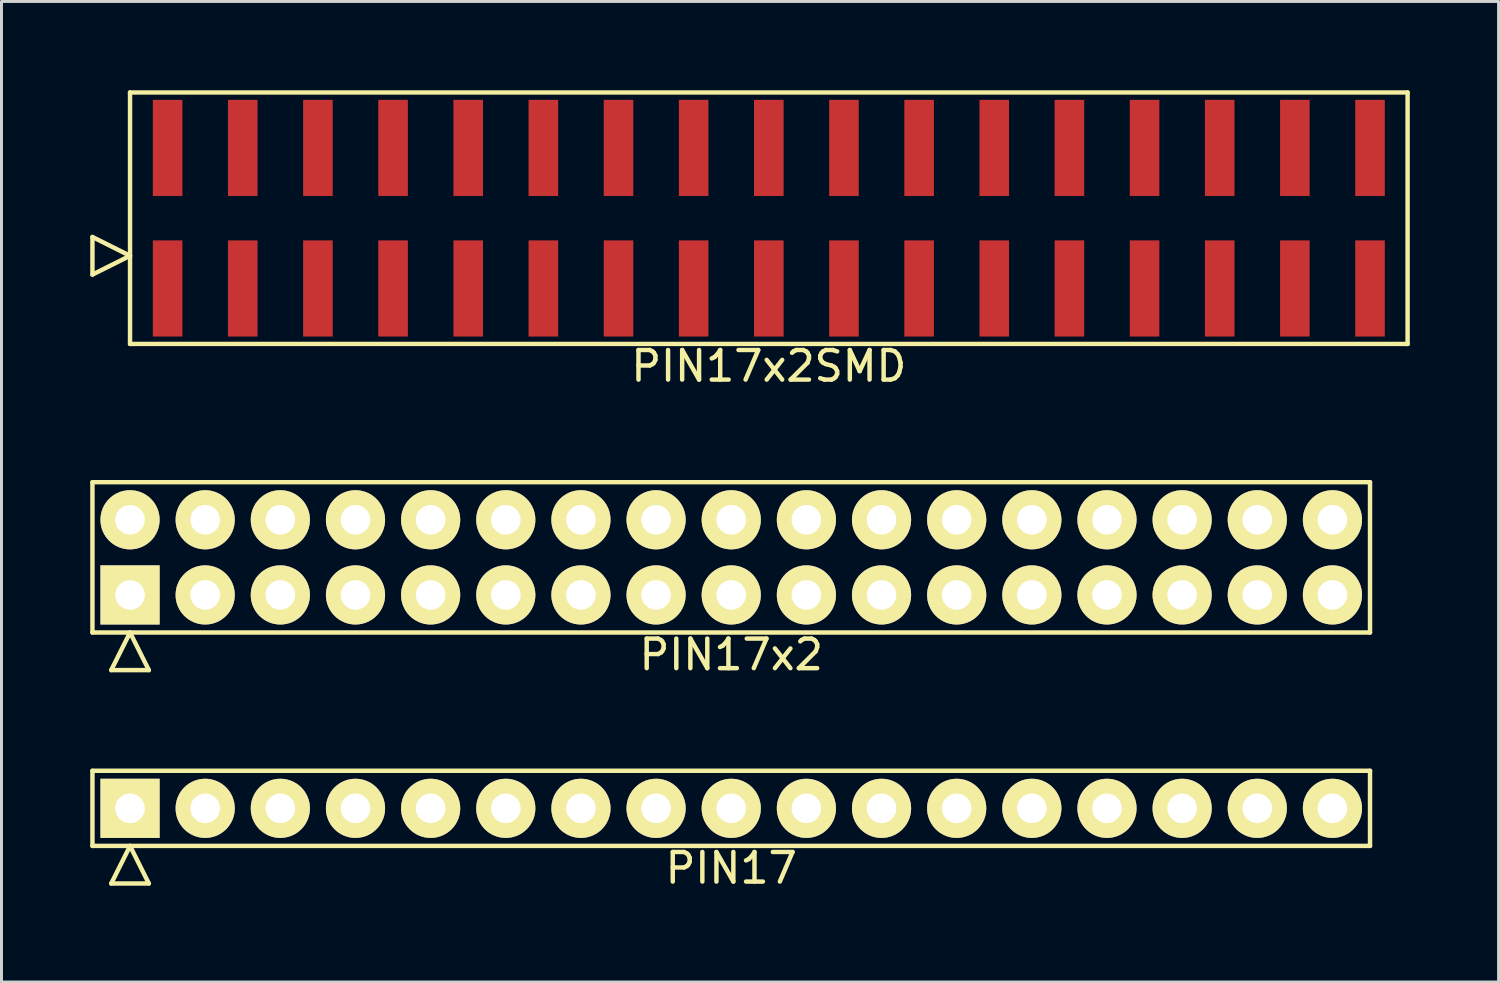
<source format=kicad_pcb>
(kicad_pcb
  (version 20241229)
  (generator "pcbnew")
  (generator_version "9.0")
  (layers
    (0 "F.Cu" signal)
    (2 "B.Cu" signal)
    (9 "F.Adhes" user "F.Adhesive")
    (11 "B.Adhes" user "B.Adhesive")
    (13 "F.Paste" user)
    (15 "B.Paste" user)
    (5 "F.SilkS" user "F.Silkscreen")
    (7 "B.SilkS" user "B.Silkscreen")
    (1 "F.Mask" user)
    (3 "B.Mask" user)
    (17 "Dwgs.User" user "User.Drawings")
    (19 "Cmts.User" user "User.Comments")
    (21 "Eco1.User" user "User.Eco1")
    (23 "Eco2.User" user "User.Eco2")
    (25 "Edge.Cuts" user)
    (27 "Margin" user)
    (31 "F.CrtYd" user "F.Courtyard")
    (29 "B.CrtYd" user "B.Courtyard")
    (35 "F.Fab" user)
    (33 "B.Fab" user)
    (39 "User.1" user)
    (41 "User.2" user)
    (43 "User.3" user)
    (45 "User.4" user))
  (footprint "PIN17"
    (layer "F.Cu")
    (at 21.665 24.271)
    (property "Reference" "PIN17" (at 0 2.02 0) (layer "F.SilkS") (effects (font (size 1 1) (thickness 0.15))))
    (attr through_hole)
    (fp_line (start -21.59 -1.27) (end -21.59 1.27) (stroke (width 0.15) (type solid)) (layer "F.SilkS"))
    (fp_line (start -21.59 1.27) (end 21.59 1.27) (stroke (width 0.15) (type solid)) (layer "F.SilkS"))
    (fp_line (start -20.955 2.54) (end -20.32 1.27) (stroke (width 0.15) (type solid)) (layer "F.SilkS"))
    (fp_line (start -20.955 2.54) (end -19.685 2.54) (stroke (width 0.15) (type solid)) (layer "F.SilkS"))
    (fp_line (start -19.685 2.54) (end -20.32 1.27) (stroke (width 0.15) (type solid)) (layer "F.SilkS"))
    (fp_line (start 21.59 -1.27) (end -21.59 -1.27) (stroke (width 0.15) (type solid)) (layer "F.SilkS"))
    (fp_line (start 21.59 1.27) (end 21.59 -1.27) (stroke (width 0.15) (type solid)) (layer "F.SilkS"))
    (pad "1" thru_hole rect (at -20.32 0) (size 2 2) (drill 1) (layers "*.Cu" "*.Mask" "F.SilkS"))
    (pad "2" thru_hole oval (at -17.78 0) (size 2 2) (drill 1) (layers "*.Cu" "*.Mask" "F.SilkS"))
    (pad "3" thru_hole oval (at -15.24 0) (size 2 2) (drill 1) (layers "*.Cu" "*.Mask" "F.SilkS"))
    (pad "4" thru_hole oval (at -12.7 0) (size 2 2) (drill 1) (layers "*.Cu" "*.Mask" "F.SilkS"))
    (pad "5" thru_hole oval (at -10.16 0) (size 2 2) (drill 1) (layers "*.Cu" "*.Mask" "F.SilkS"))
    (pad "6" thru_hole oval (at -7.62 0) (size 2 2) (drill 1) (layers "*.Cu" "*.Mask" "F.SilkS"))
    (pad "7" thru_hole oval (at -5.08 0) (size 2 2) (drill 1) (layers "*.Cu" "*.Mask" "F.SilkS"))
    (pad "8" thru_hole oval (at -2.54 0) (size 2 2) (drill 1) (layers "*.Cu" "*.Mask" "F.SilkS"))
    (pad "9" thru_hole oval (at 0 0) (size 2 2) (drill 1) (layers "*.Cu" "*.Mask" "F.SilkS"))
    (pad "10" thru_hole oval (at 2.54 0) (size 2 2) (drill 1) (layers "*.Cu" "*.Mask" "F.SilkS"))
    (pad "11" thru_hole oval (at 5.08 0) (size 2 2) (drill 1) (layers "*.Cu" "*.Mask" "F.SilkS"))
    (pad "12" thru_hole oval (at 7.62 0) (size 2 2) (drill 1) (layers "*.Cu" "*.Mask" "F.SilkS"))
    (pad "13" thru_hole oval (at 10.16 0) (size 2 2) (drill 1) (layers "*.Cu" "*.Mask" "F.SilkS"))
    (pad "14" thru_hole oval (at 12.7 0) (size 2 2) (drill 1) (layers "*.Cu" "*.Mask" "F.SilkS"))
    (pad "15" thru_hole oval (at 15.24 0) (size 2 2) (drill 1) (layers "*.Cu" "*.Mask" "F.SilkS"))
    (pad "16" thru_hole oval (at 17.78 0) (size 2 2) (drill 1) (layers "*.Cu" "*.Mask" "F.SilkS"))
    (pad "17" thru_hole oval (at 20.32 0) (size 2 2) (drill 1) (layers "*.Cu" "*.Mask" "F.SilkS")))
  (footprint "PIN17x2"
    (layer "F.Cu")
    (at 21.665 15.788)
    (property "Reference" "PIN17x2" (at 0 3.29 0) (layer "F.SilkS") (effects (font (size 1 1) (thickness 0.15))))
    (attr through_hole)
    (fp_line (start -21.59 -2.54) (end -21.59 2.54) (stroke (width 0.15) (type solid)) (layer "F.SilkS"))
    (fp_line (start -21.59 2.54) (end 21.59 2.54) (stroke (width 0.15) (type solid)) (layer "F.SilkS"))
    (fp_line (start -20.955 3.81) (end -20.32 2.54) (stroke (width 0.15) (type solid)) (layer "F.SilkS"))
    (fp_line (start -20.955 3.81) (end -19.685 3.81) (stroke (width 0.15) (type solid)) (layer "F.SilkS"))
    (fp_line (start -19.685 3.81) (end -20.32 2.54) (stroke (width 0.15) (type solid)) (layer "F.SilkS"))
    (fp_line (start 21.59 -2.54) (end -21.59 -2.54) (stroke (width 0.15) (type solid)) (layer "F.SilkS"))
    (fp_line (start 21.59 2.54) (end 21.59 -2.54) (stroke (width 0.15) (type solid)) (layer "F.SilkS"))
    (pad "1" thru_hole rect (at -20.32 1.27) (size 2 2) (drill 1) (layers "*.Cu" "*.Mask" "F.SilkS"))
    (pad "2" thru_hole oval (at -20.32 -1.27) (size 2 2) (drill 1) (layers "*.Cu" "*.Mask" "F.SilkS"))
    (pad "3" thru_hole oval (at -17.78 1.27) (size 2 2) (drill 1) (layers "*.Cu" "*.Mask" "F.SilkS"))
    (pad "4" thru_hole oval (at -17.78 -1.27) (size 2 2) (drill 1) (layers "*.Cu" "*.Mask" "F.SilkS"))
    (pad "5" thru_hole oval (at -15.24 1.27) (size 2 2) (drill 1) (layers "*.Cu" "*.Mask" "F.SilkS"))
    (pad "6" thru_hole oval (at -15.24 -1.27) (size 2 2) (drill 1) (layers "*.Cu" "*.Mask" "F.SilkS"))
    (pad "7" thru_hole oval (at -12.7 1.27) (size 2 2) (drill 1) (layers "*.Cu" "*.Mask" "F.SilkS"))
    (pad "8" thru_hole oval (at -12.7 -1.27) (size 2 2) (drill 1) (layers "*.Cu" "*.Mask" "F.SilkS"))
    (pad "9" thru_hole oval (at -10.16 1.27) (size 2 2) (drill 1) (layers "*.Cu" "*.Mask" "F.SilkS"))
    (pad "10" thru_hole oval (at -10.16 -1.27) (size 2 2) (drill 1) (layers "*.Cu" "*.Mask" "F.SilkS"))
    (pad "11" thru_hole oval (at -7.62 1.27) (size 2 2) (drill 1) (layers "*.Cu" "*.Mask" "F.SilkS"))
    (pad "12" thru_hole oval (at -7.62 -1.27) (size 2 2) (drill 1) (layers "*.Cu" "*.Mask" "F.SilkS"))
    (pad "13" thru_hole oval (at -5.08 1.27) (size 2 2) (drill 1) (layers "*.Cu" "*.Mask" "F.SilkS"))
    (pad "14" thru_hole oval (at -5.08 -1.27) (size 2 2) (drill 1) (layers "*.Cu" "*.Mask" "F.SilkS"))
    (pad "15" thru_hole oval (at -2.54 1.27) (size 2 2) (drill 1) (layers "*.Cu" "*.Mask" "F.SilkS"))
    (pad "16" thru_hole oval (at -2.54 -1.27) (size 2 2) (drill 1) (layers "*.Cu" "*.Mask" "F.SilkS"))
    (pad "17" thru_hole oval (at 0 1.27) (size 2 2) (drill 1) (layers "*.Cu" "*.Mask" "F.SilkS"))
    (pad "18" thru_hole oval (at 0 -1.27) (size 2 2) (drill 1) (layers "*.Cu" "*.Mask" "F.SilkS"))
    (pad "19" thru_hole oval (at 2.54 1.27) (size 2 2) (drill 1) (layers "*.Cu" "*.Mask" "F.SilkS"))
    (pad "20" thru_hole oval (at 2.54 -1.27) (size 2 2) (drill 1) (layers "*.Cu" "*.Mask" "F.SilkS"))
    (pad "21" thru_hole oval (at 5.08 1.27) (size 2 2) (drill 1) (layers "*.Cu" "*.Mask" "F.SilkS"))
    (pad "22" thru_hole oval (at 5.08 -1.27) (size 2 2) (drill 1) (layers "*.Cu" "*.Mask" "F.SilkS"))
    (pad "23" thru_hole oval (at 7.62 1.27) (size 2 2) (drill 1) (layers "*.Cu" "*.Mask" "F.SilkS"))
    (pad "24" thru_hole oval (at 7.62 -1.27) (size 2 2) (drill 1) (layers "*.Cu" "*.Mask" "F.SilkS"))
    (pad "25" thru_hole oval (at 10.16 1.27) (size 2 2) (drill 1) (layers "*.Cu" "*.Mask" "F.SilkS"))
    (pad "26" thru_hole oval (at 10.16 -1.27) (size 2 2) (drill 1) (layers "*.Cu" "*.Mask" "F.SilkS"))
    (pad "27" thru_hole oval (at 12.7 1.27) (size 2 2) (drill 1) (layers "*.Cu" "*.Mask" "F.SilkS"))
    (pad "28" thru_hole oval (at 12.7 -1.27) (size 2 2) (drill 1) (layers "*.Cu" "*.Mask" "F.SilkS"))
    (pad "29" thru_hole oval (at 15.24 1.27) (size 2 2) (drill 1) (layers "*.Cu" "*.Mask" "F.SilkS"))
    (pad "30" thru_hole oval (at 15.24 -1.27) (size 2 2) (drill 1) (layers "*.Cu" "*.Mask" "F.SilkS"))
    (pad "31" thru_hole oval (at 17.78 1.27) (size 2 2) (drill 1) (layers "*.Cu" "*.Mask" "F.SilkS"))
    (pad "32" thru_hole oval (at 17.78 -1.27) (size 2 2) (drill 1) (layers "*.Cu" "*.Mask" "F.SilkS"))
    (pad "33" thru_hole oval (at 20.32 1.27) (size 2 2) (drill 1) (layers "*.Cu" "*.Mask" "F.SilkS"))
    (pad "34" thru_hole oval (at 20.32 -1.27) (size 2 2) (drill 1) (layers "*.Cu" "*.Mask" "F.SilkS")))
  (footprint "PIN17x2SMD"
    (layer "F.Cu")
    (at 22.935 4.325)
    (property "Reference" "PIN17x2SMD" (at 0 5 0) (layer "F.SilkS") (effects (font (size 1 1) (thickness 0.15))))
    (attr through_hole)
    (fp_line (start -22.86 1.905) (end -22.86 0.635) (stroke (width 0.15) (type solid)) (layer "F.SilkS"))
    (fp_line (start -21.59 -4.25) (end -21.59 4.25) (stroke (width 0.15) (type solid)) (layer "F.SilkS"))
    (fp_line (start -21.59 1.27) (end -22.86 0.635) (stroke (width 0.15) (type solid)) (layer "F.SilkS"))
    (fp_line (start -21.59 1.27) (end -22.86 1.905) (stroke (width 0.15) (type solid)) (layer "F.SilkS"))
    (fp_line (start -21.59 4.25) (end 21.59 4.25) (stroke (width 0.15) (type solid)) (layer "F.SilkS"))
    (fp_line (start 21.59 -4.25) (end -21.59 -4.25) (stroke (width 0.15) (type solid)) (layer "F.SilkS"))
    (fp_line (start 21.59 4.25) (end 21.59 -4.25) (stroke (width 0.15) (type solid)) (layer "F.SilkS"))
    (pad "1" smd rect (at -20.32 2.375) (size 1 3.25) (layers "F.Cu" "F.Mask" "F.Paste"))
    (pad "2" smd rect (at -20.32 -2.375) (size 1 3.25) (layers "F.Cu" "F.Mask" "F.Paste"))
    (pad "3" smd rect (at -17.78 2.375) (size 1 3.25) (layers "F.Cu" "F.Mask" "F.Paste"))
    (pad "4" smd rect (at -17.78 -2.375) (size 1 3.25) (layers "F.Cu" "F.Mask" "F.Paste"))
    (pad "5" smd rect (at -15.24 2.375) (size 1 3.25) (layers "F.Cu" "F.Mask" "F.Paste"))
    (pad "6" smd rect (at -15.24 -2.375) (size 1 3.25) (layers "F.Cu" "F.Mask" "F.Paste"))
    (pad "7" smd rect (at -12.7 2.375) (size 1 3.25) (layers "F.Cu" "F.Mask" "F.Paste"))
    (pad "8" smd rect (at -12.7 -2.375) (size 1 3.25) (layers "F.Cu" "F.Mask" "F.Paste"))
    (pad "9" smd rect (at -10.16 2.375) (size 1 3.25) (layers "F.Cu" "F.Mask" "F.Paste"))
    (pad "10" smd rect (at -10.16 -2.375) (size 1 3.25) (layers "F.Cu" "F.Mask" "F.Paste"))
    (pad "11" smd rect (at -7.62 2.375) (size 1 3.25) (layers "F.Cu" "F.Mask" "F.Paste"))
    (pad "12" smd rect (at -7.62 -2.375) (size 1 3.25) (layers "F.Cu" "F.Mask" "F.Paste"))
    (pad "13" smd rect (at -5.08 2.375) (size 1 3.25) (layers "F.Cu" "F.Mask" "F.Paste"))
    (pad "14" smd rect (at -5.08 -2.375) (size 1 3.25) (layers "F.Cu" "F.Mask" "F.Paste"))
    (pad "15" smd rect (at -2.54 2.375) (size 1 3.25) (layers "F.Cu" "F.Mask" "F.Paste"))
    (pad "16" smd rect (at -2.54 -2.375) (size 1 3.25) (layers "F.Cu" "F.Mask" "F.Paste"))
    (pad "17" smd rect (at 0 2.375) (size 1 3.25) (layers "F.Cu" "F.Mask" "F.Paste"))
    (pad "18" smd rect (at 0 -2.375) (size 1 3.25) (layers "F.Cu" "F.Mask" "F.Paste"))
    (pad "19" smd rect (at 2.54 2.375) (size 1 3.25) (layers "F.Cu" "F.Mask" "F.Paste"))
    (pad "20" smd rect (at 2.54 -2.375) (size 1 3.25) (layers "F.Cu" "F.Mask" "F.Paste"))
    (pad "21" smd rect (at 5.08 2.375) (size 1 3.25) (layers "F.Cu" "F.Mask" "F.Paste"))
    (pad "22" smd rect (at 5.08 -2.375) (size 1 3.25) (layers "F.Cu" "F.Mask" "F.Paste"))
    (pad "23" smd rect (at 7.62 2.375) (size 1 3.25) (layers "F.Cu" "F.Mask" "F.Paste"))
    (pad "24" smd rect (at 7.62 -2.375) (size 1 3.25) (layers "F.Cu" "F.Mask" "F.Paste"))
    (pad "25" smd rect (at 10.16 2.375) (size 1 3.25) (layers "F.Cu" "F.Mask" "F.Paste"))
    (pad "26" smd rect (at 10.16 -2.375) (size 1 3.25) (layers "F.Cu" "F.Mask" "F.Paste"))
    (pad "27" smd rect (at 12.7 2.375) (size 1 3.25) (layers "F.Cu" "F.Mask" "F.Paste"))
    (pad "28" smd rect (at 12.7 -2.375) (size 1 3.25) (layers "F.Cu" "F.Mask" "F.Paste"))
    (pad "29" smd rect (at 15.24 2.375) (size 1 3.25) (layers "F.Cu" "F.Mask" "F.Paste"))
    (pad "30" smd rect (at 15.24 -2.375) (size 1 3.25) (layers "F.Cu" "F.Mask" "F.Paste"))
    (pad "31" smd rect (at 17.78 2.375) (size 1 3.25) (layers "F.Cu" "F.Mask" "F.Paste"))
    (pad "32" smd rect (at 17.78 -2.375) (size 1 3.25) (layers "F.Cu" "F.Mask" "F.Paste"))
    (pad "33" smd rect (at 20.32 2.375) (size 1 3.25) (layers "F.Cu" "F.Mask" "F.Paste"))
    (pad "34" smd rect (at 20.32 -2.375) (size 1 3.25) (layers "F.Cu" "F.Mask" "F.Paste")))
  (gr_rect
    (start -3 -3)
    (end 47.6 30.14)
    (stroke (width 0.1) (type default))
    (fill no)
    (layer "Edge.Cuts")))
</source>
